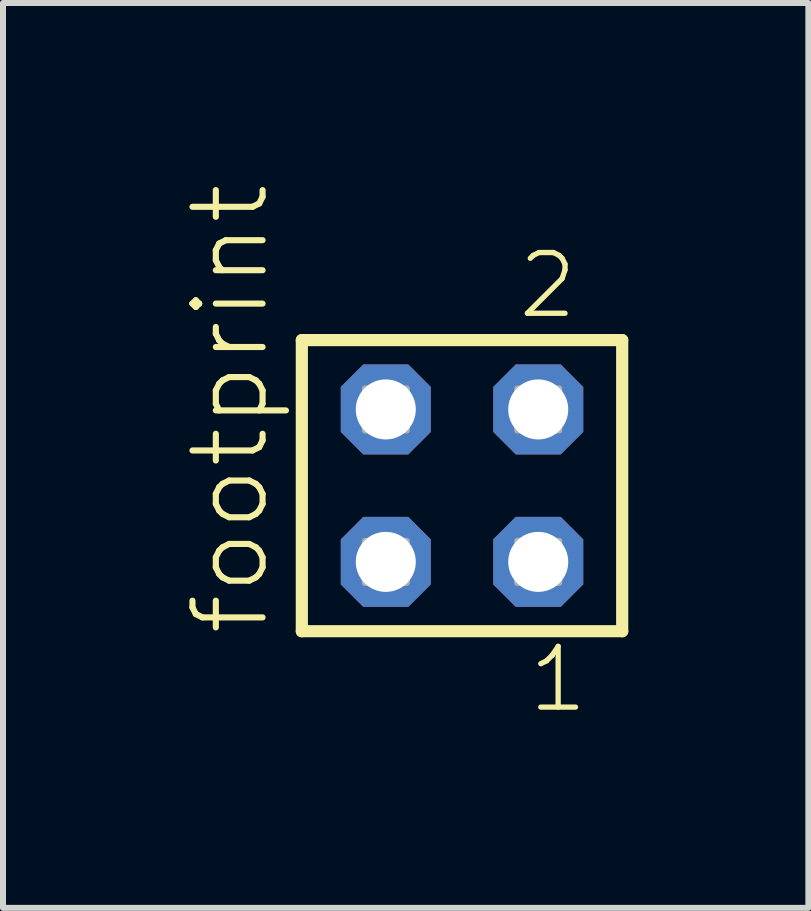
<source format=kicad_pcb>
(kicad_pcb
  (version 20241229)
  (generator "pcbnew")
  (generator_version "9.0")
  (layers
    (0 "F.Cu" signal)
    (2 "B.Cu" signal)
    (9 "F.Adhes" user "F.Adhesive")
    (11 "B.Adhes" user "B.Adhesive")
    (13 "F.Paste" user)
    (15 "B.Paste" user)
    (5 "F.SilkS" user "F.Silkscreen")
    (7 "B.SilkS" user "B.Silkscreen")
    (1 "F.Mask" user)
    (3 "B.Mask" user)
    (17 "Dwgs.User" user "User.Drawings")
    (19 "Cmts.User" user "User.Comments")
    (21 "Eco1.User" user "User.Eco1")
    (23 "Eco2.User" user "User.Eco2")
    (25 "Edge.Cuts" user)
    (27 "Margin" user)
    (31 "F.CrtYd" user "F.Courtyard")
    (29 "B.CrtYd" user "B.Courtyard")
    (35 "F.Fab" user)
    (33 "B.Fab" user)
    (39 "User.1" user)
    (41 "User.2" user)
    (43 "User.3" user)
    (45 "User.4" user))
  (footprint "footprint"
    (layer "F.Cu")
    (at 4.648 5.042)
    (property "Reference" "footprint" (at -3.175 2.54 90) (layer "F.SilkS") (effects (font (size 1.168 1.168) (thickness 0.102)) (justify left bottom)))
    (fp_line (start -2.669 -2.425) (end 2.669 -2.425) (stroke (width 0.203) (type solid)) (layer "F.SilkS"))
    (fp_line (start -2.669 2.425) (end -2.669 -2.425) (stroke (width 0.203) (type solid)) (layer "F.SilkS"))
    (fp_line (start 2.669 -2.425) (end 2.669 2.425) (stroke (width 0.203) (type solid)) (layer "F.SilkS"))
    (fp_line (start 2.669 2.425) (end -2.669 2.425) (stroke (width 0.203) (type solid)) (layer "F.SilkS"))
    (fp_poly (pts (xy -1.62 -0.92) (xy -0.92 -0.92) (xy -0.92 -1.62) (xy -1.62 -1.62)) (stroke (width 0.1) (type solid)) (fill no) (layer "F.Fab"))
    (fp_poly (pts (xy -1.62 1.62) (xy -0.92 1.62) (xy -0.92 0.92) (xy -1.62 0.92)) (stroke (width 0.1) (type solid)) (fill no) (layer "F.Fab"))
    (fp_poly (pts (xy 0.92 -0.92) (xy 1.62 -0.92) (xy 1.62 -1.62) (xy 0.92 -1.62)) (stroke (width 0.1) (type solid)) (fill no) (layer "F.Fab"))
    (fp_poly (pts (xy 0.92 1.62) (xy 1.62 1.62) (xy 1.62 0.92) (xy 0.92 0.92)) (stroke (width 0.1) (type solid)) (fill no) (layer "F.Fab"))
    (fp_text user "2" (at 0.887 -2.744 0) (layer "F.SilkS") (effects (font (size 1.012 1.012) (thickness 0.088)) (justify left bottom)))
    (fp_text user "1" (at 1.062 3.818 0) (layer "F.SilkS") (effects (font (size 1.012 1.012) (thickness 0.088)) (justify left bottom)))
    (pad "1" thru_hole roundrect (at 1.27 1.27 180) (size 1.5 1.5) (drill 1) (layers "*.Cu" "*.Mask") (roundrect_rratio 0.25) (chamfer_ratio 0.25) (chamfer top_left top_right bottom_left bottom_right))
    (pad "2" thru_hole roundrect (at 1.27 -1.27 180) (size 1.5 1.5) (drill 1) (layers "*.Cu" "*.Mask") (roundrect_rratio 0.25) (chamfer_ratio 0.25) (chamfer top_left top_right bottom_left bottom_right))
    (pad "3" thru_hole roundrect (at -1.27 1.27 180) (size 1.5 1.5) (drill 1) (layers "*.Cu" "*.Mask") (roundrect_rratio 0.25) (chamfer_ratio 0.25) (chamfer top_left top_right bottom_left bottom_right))
    (pad "4" thru_hole roundrect (at -1.27 -1.27 180) (size 1.5 1.5) (drill 1) (layers "*.Cu" "*.Mask") (roundrect_rratio 0.25) (chamfer_ratio 0.25) (chamfer top_left top_right bottom_left bottom_right)))
  (gr_rect
    (start -3 -3)
    (end 10.419 12.077)
    (stroke (width 0.1) (type default))
    (fill no)
    (layer "Edge.Cuts")))
</source>
